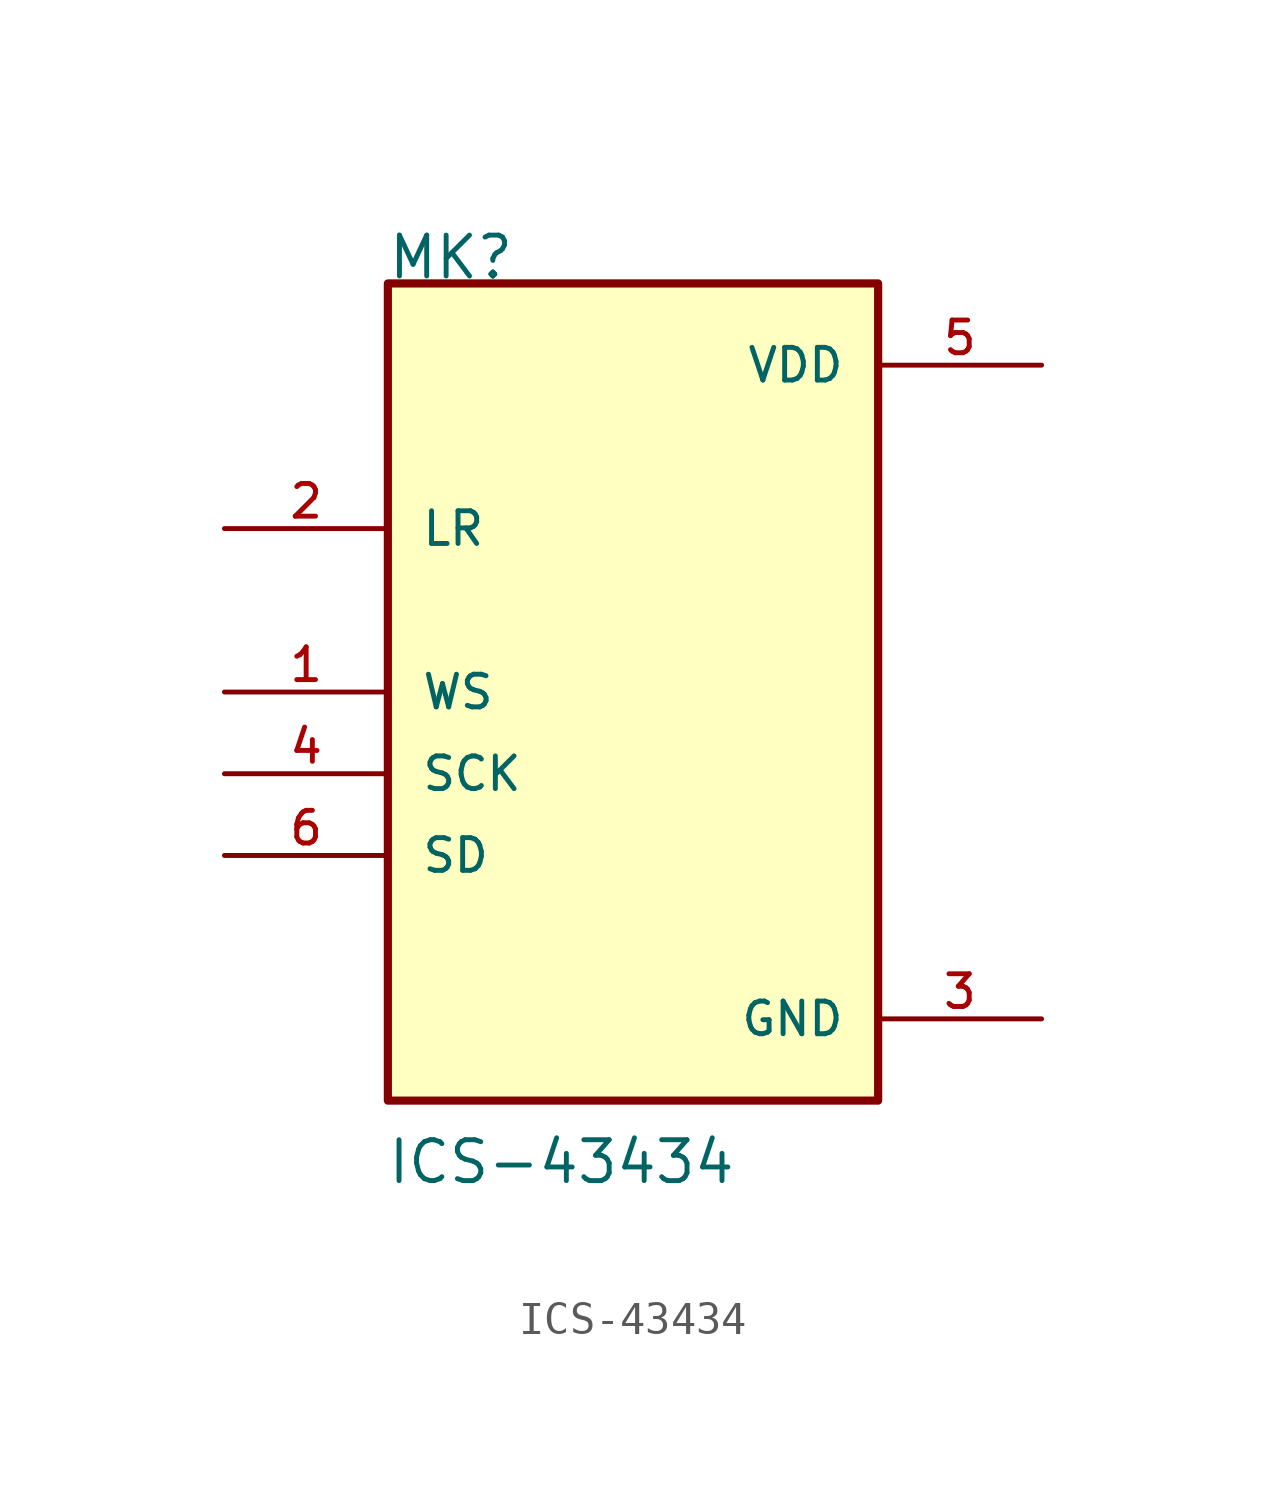
<source format=kicad_sym>
(kicad_symbol_lib
  (version 20211014)
  (generator kicad_symbol_editor)
  (symbol "ICS-43434"
    (pin_names
      (offset 1.016))
    (property "Reference" "MK"
      (at -7.662 12.769 0)
      (effects (font (size 1.27 1.27)) (justify bottom left)))
    (property "Value" "ICS-43434"
      (at -7.675 -15.35 0)
      (effects (font (size 1.27 1.27)) (justify bottom left)))
    (symbol "ICS-43434_0_0"
      (rectangle (start -7.62 -12.7) (end 7.62 12.7) (stroke (width 0.254)) (fill (type background)))
      (pin power_in line (at 12.7 10.16 180.0) (length 5.08) (name "VDD" (effects (font (size 1.016 1.016)))) (number "5" (effects (font (size 1.016 1.016)))))
      (pin power_in line (at 12.7 -10.16 180.0) (length 5.08) (name "GND" (effects (font (size 1.016 1.016)))) (number "3" (effects (font (size 1.016 1.016)))))
      (pin input line (at -12.7 -2.54 0) (length 5.08) (name "SCK" (effects (font (size 1.016 1.016)))) (number "4" (effects (font (size 1.016 1.016)))))
      (pin input line (at -12.7 0.0 0) (length 5.08) (name "WS" (effects (font (size 1.016 1.016)))) (number "1" (effects (font (size 1.016 1.016)))))
      (pin input line (at -12.7 5.08 0) (length 5.08) (name "LR" (effects (font (size 1.016 1.016)))) (number "2" (effects (font (size 1.016 1.016)))))
      (pin output line (at -12.7 -5.08 0) (length 5.08) (name "SD" (effects (font (size 1.016 1.016)))) (number "6" (effects (font (size 1.016 1.016))))))))
</source>
